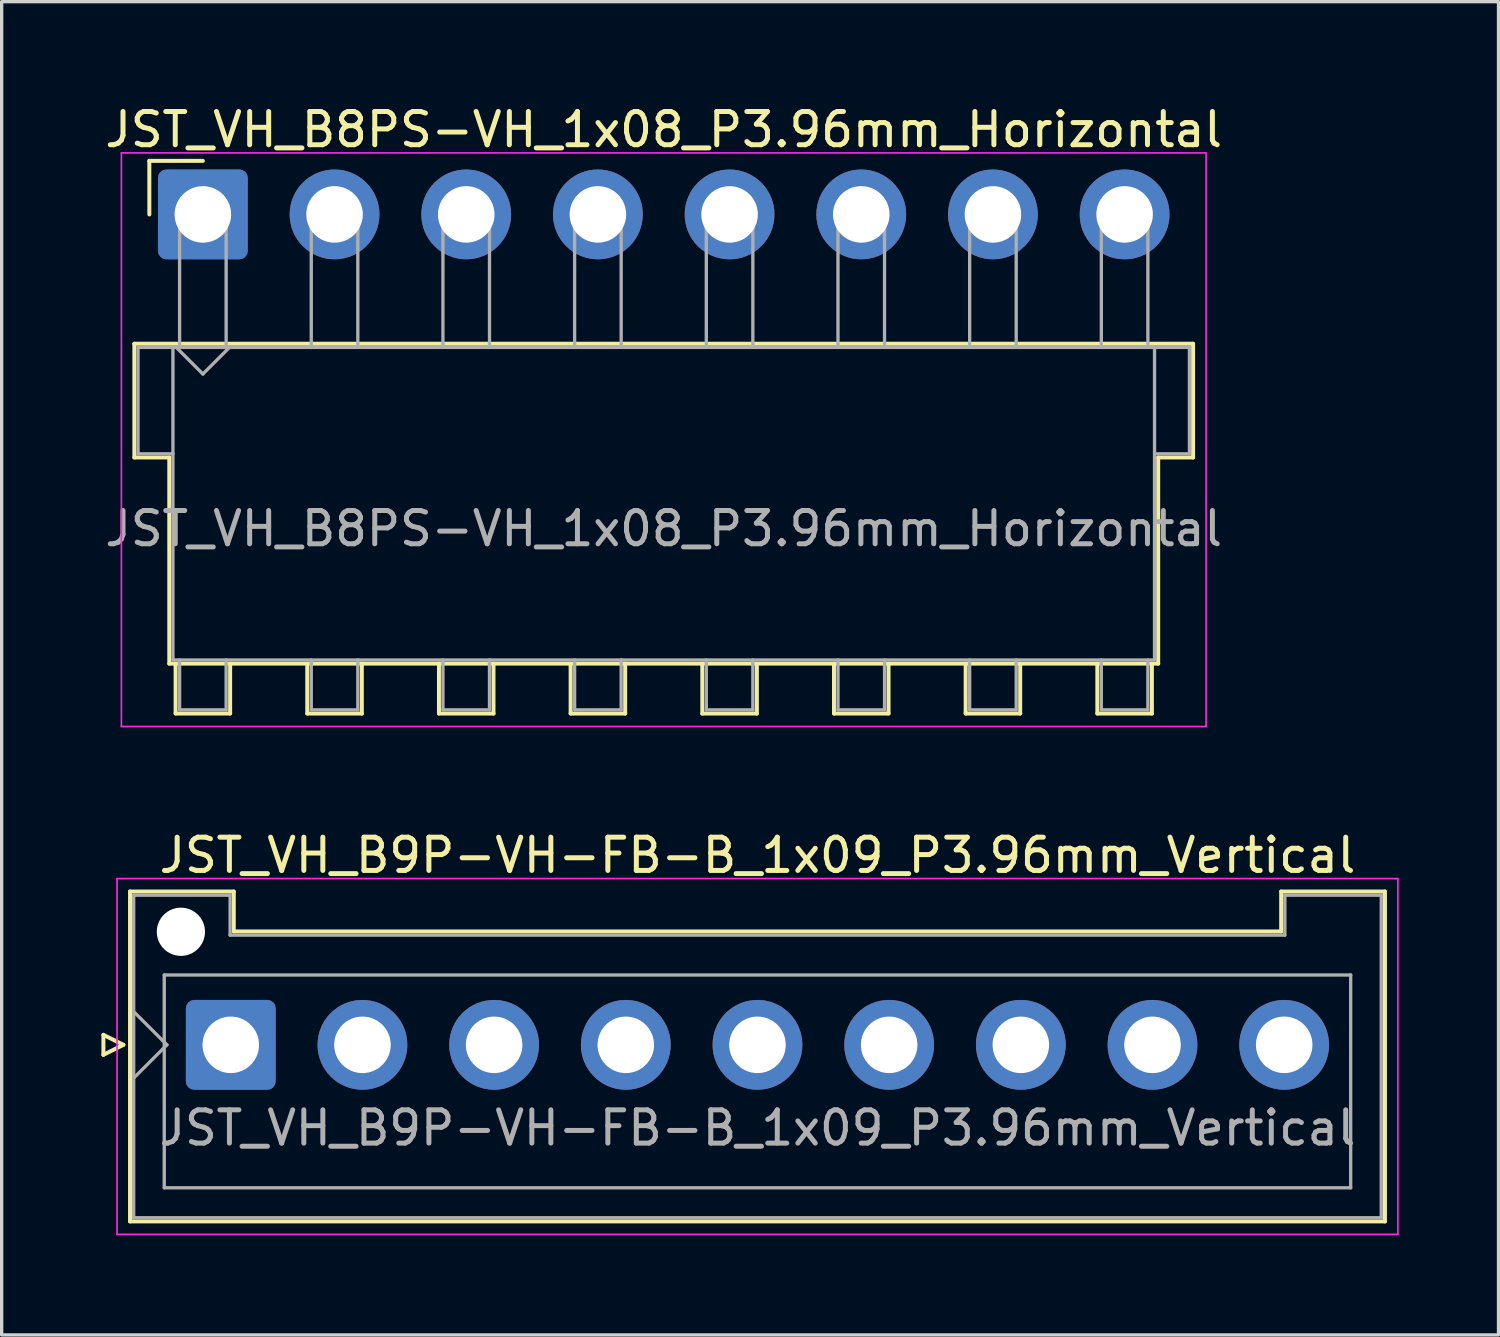
<source format=kicad_pcb>
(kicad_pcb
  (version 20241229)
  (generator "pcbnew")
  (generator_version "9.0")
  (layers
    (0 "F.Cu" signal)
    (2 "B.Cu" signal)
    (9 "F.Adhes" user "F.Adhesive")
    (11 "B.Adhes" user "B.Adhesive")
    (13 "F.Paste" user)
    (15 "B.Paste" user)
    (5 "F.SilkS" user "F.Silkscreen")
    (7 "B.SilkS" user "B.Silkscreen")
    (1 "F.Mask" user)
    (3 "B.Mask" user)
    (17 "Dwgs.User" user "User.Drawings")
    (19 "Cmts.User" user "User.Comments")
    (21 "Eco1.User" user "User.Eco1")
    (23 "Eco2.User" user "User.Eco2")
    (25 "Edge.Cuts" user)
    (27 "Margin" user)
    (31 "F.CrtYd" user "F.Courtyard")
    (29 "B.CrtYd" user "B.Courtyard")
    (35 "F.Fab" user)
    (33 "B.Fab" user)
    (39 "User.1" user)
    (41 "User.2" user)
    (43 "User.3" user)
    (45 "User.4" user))
  (footprint "JST_VH_B8PS-VH_1x08_P3.96mm_Horizontal"
    (layer "F.Cu")
    (at 3.051 3.398)
    (property "Reference" "JST_VH_B8PS-VH_1x08_P3.96mm_Horizontal" (at 13.86 -2.55 0) (layer "F.SilkS") (effects (font (size 1 1) (thickness 0.15))))
    (attr through_hole)
    (fp_line (start -2.06 3.89) (end 29.78 3.89) (stroke (width 0.12) (type solid)) (layer "F.SilkS"))
    (fp_line (start -2.06 7.31) (end -2.06 3.89) (stroke (width 0.12) (type solid)) (layer "F.SilkS"))
    (fp_line (start -1.61 -1.61) (end -1.61 0) (stroke (width 0.12) (type solid)) (layer "F.SilkS"))
    (fp_line (start -1.01 7.31) (end -2.06 7.31) (stroke (width 0.12) (type solid)) (layer "F.SilkS"))
    (fp_line (start -1.01 13.51) (end -1.01 7.31) (stroke (width 0.12) (type solid)) (layer "F.SilkS"))
    (fp_line (start -0.82 13.51) (end -0.82 15.01) (stroke (width 0.12) (type solid)) (layer "F.SilkS"))
    (fp_line (start -0.82 15.01) (end 0.82 15.01) (stroke (width 0.12) (type solid)) (layer "F.SilkS"))
    (fp_line (start 0 -1.61) (end -1.61 -1.61) (stroke (width 0.12) (type solid)) (layer "F.SilkS"))
    (fp_line (start 0.82 15.01) (end 0.82 13.51) (stroke (width 0.12) (type solid)) (layer "F.SilkS"))
    (fp_line (start 3.14 13.51) (end 3.14 15.01) (stroke (width 0.12) (type solid)) (layer "F.SilkS"))
    (fp_line (start 3.14 15.01) (end 4.78 15.01) (stroke (width 0.12) (type solid)) (layer "F.SilkS"))
    (fp_line (start 4.78 15.01) (end 4.78 13.51) (stroke (width 0.12) (type solid)) (layer "F.SilkS"))
    (fp_line (start 7.1 13.51) (end 7.1 15.01) (stroke (width 0.12) (type solid)) (layer "F.SilkS"))
    (fp_line (start 7.1 15.01) (end 8.74 15.01) (stroke (width 0.12) (type solid)) (layer "F.SilkS"))
    (fp_line (start 8.74 15.01) (end 8.74 13.51) (stroke (width 0.12) (type solid)) (layer "F.SilkS"))
    (fp_line (start 11.06 13.51) (end 11.06 15.01) (stroke (width 0.12) (type solid)) (layer "F.SilkS"))
    (fp_line (start 11.06 15.01) (end 12.7 15.01) (stroke (width 0.12) (type solid)) (layer "F.SilkS"))
    (fp_line (start 12.7 15.01) (end 12.7 13.51) (stroke (width 0.12) (type solid)) (layer "F.SilkS"))
    (fp_line (start 15.02 13.51) (end 15.02 15.01) (stroke (width 0.12) (type solid)) (layer "F.SilkS"))
    (fp_line (start 15.02 15.01) (end 16.66 15.01) (stroke (width 0.12) (type solid)) (layer "F.SilkS"))
    (fp_line (start 16.66 15.01) (end 16.66 13.51) (stroke (width 0.12) (type solid)) (layer "F.SilkS"))
    (fp_line (start 18.98 13.51) (end 18.98 15.01) (stroke (width 0.12) (type solid)) (layer "F.SilkS"))
    (fp_line (start 18.98 15.01) (end 20.62 15.01) (stroke (width 0.12) (type solid)) (layer "F.SilkS"))
    (fp_line (start 20.62 15.01) (end 20.62 13.51) (stroke (width 0.12) (type solid)) (layer "F.SilkS"))
    (fp_line (start 22.94 13.51) (end 22.94 15.01) (stroke (width 0.12) (type solid)) (layer "F.SilkS"))
    (fp_line (start 22.94 15.01) (end 24.58 15.01) (stroke (width 0.12) (type solid)) (layer "F.SilkS"))
    (fp_line (start 24.58 15.01) (end 24.58 13.51) (stroke (width 0.12) (type solid)) (layer "F.SilkS"))
    (fp_line (start 26.9 13.51) (end 26.9 15.01) (stroke (width 0.12) (type solid)) (layer "F.SilkS"))
    (fp_line (start 26.9 15.01) (end 28.54 15.01) (stroke (width 0.12) (type solid)) (layer "F.SilkS"))
    (fp_line (start 28.54 15.01) (end 28.54 13.51) (stroke (width 0.12) (type solid)) (layer "F.SilkS"))
    (fp_line (start 28.73 7.31) (end 28.73 13.51) (stroke (width 0.12) (type solid)) (layer "F.SilkS"))
    (fp_line (start 28.73 13.51) (end -1.01 13.51) (stroke (width 0.12) (type solid)) (layer "F.SilkS"))
    (fp_line (start 29.78 3.89) (end 29.78 7.31) (stroke (width 0.12) (type solid)) (layer "F.SilkS"))
    (fp_line (start 29.78 7.31) (end 28.73 7.31) (stroke (width 0.12) (type solid)) (layer "F.SilkS"))
    (fp_line (start -2.45 -1.85) (end -2.45 15.4) (stroke (width 0.05) (type solid)) (layer "F.CrtYd"))
    (fp_line (start -2.45 15.4) (end 30.17 15.4) (stroke (width 0.05) (type solid)) (layer "F.CrtYd"))
    (fp_line (start 30.17 -1.85) (end -2.45 -1.85) (stroke (width 0.05) (type solid)) (layer "F.CrtYd"))
    (fp_line (start 30.17 15.4) (end 30.17 -1.85) (stroke (width 0.05) (type solid)) (layer "F.CrtYd"))
    (fp_line (start -1.95 4) (end -0.9 4) (stroke (width 0.1) (type solid)) (layer "F.Fab"))
    (fp_line (start -1.95 7.2) (end -1.95 4) (stroke (width 0.1) (type solid)) (layer "F.Fab"))
    (fp_line (start -0.9 4) (end -0.9 13.4) (stroke (width 0.1) (type solid)) (layer "F.Fab"))
    (fp_line (start -0.9 7.2) (end -1.95 7.2) (stroke (width 0.1) (type solid)) (layer "F.Fab"))
    (fp_line (start -0.9 13.4) (end 28.62 13.4) (stroke (width 0.1) (type solid)) (layer "F.Fab"))
    (fp_line (start -0.8 4) (end 0 4.8) (stroke (width 0.1) (type solid)) (layer "F.Fab"))
    (fp_line (start -0.7 0) (end 0.7 0) (stroke (width 0.1) (type solid)) (layer "F.Fab"))
    (fp_line (start -0.7 4) (end -0.7 0) (stroke (width 0.1) (type solid)) (layer "F.Fab"))
    (fp_line (start -0.7 13.4) (end -0.7 14.9) (stroke (width 0.1) (type solid)) (layer "F.Fab"))
    (fp_line (start -0.7 14.9) (end 0.7 14.9) (stroke (width 0.1) (type solid)) (layer "F.Fab"))
    (fp_line (start 0 4.8) (end 0.8 4) (stroke (width 0.1) (type solid)) (layer "F.Fab"))
    (fp_line (start 0.7 0) (end 0.7 4) (stroke (width 0.1) (type solid)) (layer "F.Fab"))
    (fp_line (start 0.7 14.9) (end 0.7 13.4) (stroke (width 0.1) (type solid)) (layer "F.Fab"))
    (fp_line (start 3.26 0) (end 4.66 0) (stroke (width 0.1) (type solid)) (layer "F.Fab"))
    (fp_line (start 3.26 4) (end 3.26 0) (stroke (width 0.1) (type solid)) (layer "F.Fab"))
    (fp_line (start 3.26 13.4) (end 3.26 14.9) (stroke (width 0.1) (type solid)) (layer "F.Fab"))
    (fp_line (start 3.26 14.9) (end 4.66 14.9) (stroke (width 0.1) (type solid)) (layer "F.Fab"))
    (fp_line (start 4.66 0) (end 4.66 4) (stroke (width 0.1) (type solid)) (layer "F.Fab"))
    (fp_line (start 4.66 14.9) (end 4.66 13.4) (stroke (width 0.1) (type solid)) (layer "F.Fab"))
    (fp_line (start 7.22 0) (end 8.62 0) (stroke (width 0.1) (type solid)) (layer "F.Fab"))
    (fp_line (start 7.22 4) (end 7.22 0) (stroke (width 0.1) (type solid)) (layer "F.Fab"))
    (fp_line (start 7.22 13.4) (end 7.22 14.9) (stroke (width 0.1) (type solid)) (layer "F.Fab"))
    (fp_line (start 7.22 14.9) (end 8.62 14.9) (stroke (width 0.1) (type solid)) (layer "F.Fab"))
    (fp_line (start 8.62 0) (end 8.62 4) (stroke (width 0.1) (type solid)) (layer "F.Fab"))
    (fp_line (start 8.62 14.9) (end 8.62 13.4) (stroke (width 0.1) (type solid)) (layer "F.Fab"))
    (fp_line (start 11.18 0) (end 12.58 0) (stroke (width 0.1) (type solid)) (layer "F.Fab"))
    (fp_line (start 11.18 4) (end 11.18 0) (stroke (width 0.1) (type solid)) (layer "F.Fab"))
    (fp_line (start 11.18 13.4) (end 11.18 14.9) (stroke (width 0.1) (type solid)) (layer "F.Fab"))
    (fp_line (start 11.18 14.9) (end 12.58 14.9) (stroke (width 0.1) (type solid)) (layer "F.Fab"))
    (fp_line (start 12.58 0) (end 12.58 4) (stroke (width 0.1) (type solid)) (layer "F.Fab"))
    (fp_line (start 12.58 14.9) (end 12.58 13.4) (stroke (width 0.1) (type solid)) (layer "F.Fab"))
    (fp_line (start 15.14 0) (end 16.54 0) (stroke (width 0.1) (type solid)) (layer "F.Fab"))
    (fp_line (start 15.14 4) (end 15.14 0) (stroke (width 0.1) (type solid)) (layer "F.Fab"))
    (fp_line (start 15.14 13.4) (end 15.14 14.9) (stroke (width 0.1) (type solid)) (layer "F.Fab"))
    (fp_line (start 15.14 14.9) (end 16.54 14.9) (stroke (width 0.1) (type solid)) (layer "F.Fab"))
    (fp_line (start 16.54 0) (end 16.54 4) (stroke (width 0.1) (type solid)) (layer "F.Fab"))
    (fp_line (start 16.54 14.9) (end 16.54 13.4) (stroke (width 0.1) (type solid)) (layer "F.Fab"))
    (fp_line (start 19.1 0) (end 20.5 0) (stroke (width 0.1) (type solid)) (layer "F.Fab"))
    (fp_line (start 19.1 4) (end 19.1 0) (stroke (width 0.1) (type solid)) (layer "F.Fab"))
    (fp_line (start 19.1 13.4) (end 19.1 14.9) (stroke (width 0.1) (type solid)) (layer "F.Fab"))
    (fp_line (start 19.1 14.9) (end 20.5 14.9) (stroke (width 0.1) (type solid)) (layer "F.Fab"))
    (fp_line (start 20.5 0) (end 20.5 4) (stroke (width 0.1) (type solid)) (layer "F.Fab"))
    (fp_line (start 20.5 14.9) (end 20.5 13.4) (stroke (width 0.1) (type solid)) (layer "F.Fab"))
    (fp_line (start 23.06 0) (end 24.46 0) (stroke (width 0.1) (type solid)) (layer "F.Fab"))
    (fp_line (start 23.06 4) (end 23.06 0) (stroke (width 0.1) (type solid)) (layer "F.Fab"))
    (fp_line (start 23.06 13.4) (end 23.06 14.9) (stroke (width 0.1) (type solid)) (layer "F.Fab"))
    (fp_line (start 23.06 14.9) (end 24.46 14.9) (stroke (width 0.1) (type solid)) (layer "F.Fab"))
    (fp_line (start 24.46 0) (end 24.46 4) (stroke (width 0.1) (type solid)) (layer "F.Fab"))
    (fp_line (start 24.46 14.9) (end 24.46 13.4) (stroke (width 0.1) (type solid)) (layer "F.Fab"))
    (fp_line (start 27.02 0) (end 28.42 0) (stroke (width 0.1) (type solid)) (layer "F.Fab"))
    (fp_line (start 27.02 4) (end 27.02 0) (stroke (width 0.1) (type solid)) (layer "F.Fab"))
    (fp_line (start 27.02 13.4) (end 27.02 14.9) (stroke (width 0.1) (type solid)) (layer "F.Fab"))
    (fp_line (start 27.02 14.9) (end 28.42 14.9) (stroke (width 0.1) (type solid)) (layer "F.Fab"))
    (fp_line (start 28.42 0) (end 28.42 4) (stroke (width 0.1) (type solid)) (layer "F.Fab"))
    (fp_line (start 28.42 14.9) (end 28.42 13.4) (stroke (width 0.1) (type solid)) (layer "F.Fab"))
    (fp_line (start 28.62 4) (end -0.9 4) (stroke (width 0.1) (type solid)) (layer "F.Fab"))
    (fp_line (start 28.62 4) (end 29.67 4) (stroke (width 0.1) (type solid)) (layer "F.Fab"))
    (fp_line (start 28.62 13.4) (end 28.62 4) (stroke (width 0.1) (type solid)) (layer "F.Fab"))
    (fp_line (start 29.67 4) (end 29.67 7.2) (stroke (width 0.1) (type solid)) (layer "F.Fab"))
    (fp_line (start 29.67 7.2) (end 28.62 7.2) (stroke (width 0.1) (type solid)) (layer "F.Fab"))
    (fp_text user "${REFERENCE}" (at 13.86 9.45 0) (layer "F.Fab") (effects (font (size 1 1) (thickness 0.15))))
    (pad "1" thru_hole roundrect (at 0 0) (size 2.7 2.7) (drill 1.7) (layers "*.Cu" "*.Mask") (roundrect_rratio 0.093))
    (pad "2" thru_hole circle (at 3.96 0) (size 2.7 2.7) (drill 1.7) (layers "*.Cu" "*.Mask"))
    (pad "3" thru_hole circle (at 7.92 0) (size 2.7 2.7) (drill 1.7) (layers "*.Cu" "*.Mask"))
    (pad "4" thru_hole circle (at 11.88 0) (size 2.7 2.7) (drill 1.7) (layers "*.Cu" "*.Mask"))
    (pad "5" thru_hole circle (at 15.84 0) (size 2.7 2.7) (drill 1.7) (layers "*.Cu" "*.Mask"))
    (pad "6" thru_hole circle (at 19.8 0) (size 2.7 2.7) (drill 1.7) (layers "*.Cu" "*.Mask"))
    (pad "7" thru_hole circle (at 23.76 0) (size 2.7 2.7) (drill 1.7) (layers "*.Cu" "*.Mask"))
    (pad "8" thru_hole circle (at 27.72 0) (size 2.7 2.7) (drill 1.7) (layers "*.Cu" "*.Mask")))
  (footprint "JST_VH_B9P-VH-FB-B_1x09_P3.96mm_Vertical"
    (layer "F.Cu")
    (at 3.89 28.372)
    (property "Reference" "JST_VH_B9P-VH-FB-B_1x09_P3.96mm_Vertical" (at 15.84 -5.7 0) (layer "F.SilkS") (effects (font (size 1 1) (thickness 0.15))))
    (attr through_hole)
    (fp_line (start -3.83 -0.3) (end -3.23 0) (stroke (width 0.12) (type solid)) (layer "F.SilkS"))
    (fp_line (start -3.83 0.3) (end -3.83 -0.3) (stroke (width 0.12) (type solid)) (layer "F.SilkS"))
    (fp_line (start -3.23 0) (end -3.83 0.3) (stroke (width 0.12) (type solid)) (layer "F.SilkS"))
    (fp_line (start -3.03 -4.61) (end 0.09 -4.61) (stroke (width 0.12) (type solid)) (layer "F.SilkS"))
    (fp_line (start -3.03 5.31) (end -3.03 -4.61) (stroke (width 0.12) (type solid)) (layer "F.SilkS"))
    (fp_line (start 0.09 -4.61) (end 0.09 -3.41) (stroke (width 0.12) (type solid)) (layer "F.SilkS"))
    (fp_line (start 0.09 -3.41) (end 31.59 -3.41) (stroke (width 0.12) (type solid)) (layer "F.SilkS"))
    (fp_line (start 31.59 -4.61) (end 34.71 -4.61) (stroke (width 0.12) (type solid)) (layer "F.SilkS"))
    (fp_line (start 31.59 -3.41) (end 31.59 -4.61) (stroke (width 0.12) (type solid)) (layer "F.SilkS"))
    (fp_line (start 34.71 -4.61) (end 34.71 5.31) (stroke (width 0.12) (type solid)) (layer "F.SilkS"))
    (fp_line (start 34.71 5.31) (end -3.03 5.31) (stroke (width 0.12) (type solid)) (layer "F.SilkS"))
    (fp_line (start -3.42 -5) (end -3.42 5.7) (stroke (width 0.05) (type solid)) (layer "F.CrtYd"))
    (fp_line (start -3.42 5.7) (end 35.1 5.7) (stroke (width 0.05) (type solid)) (layer "F.CrtYd"))
    (fp_line (start 35.1 -5) (end -3.42 -5) (stroke (width 0.05) (type solid)) (layer "F.CrtYd"))
    (fp_line (start 35.1 5.7) (end 35.1 -5) (stroke (width 0.05) (type solid)) (layer "F.CrtYd"))
    (fp_line (start -2.92 -4.5) (end -0.02 -4.5) (stroke (width 0.1) (type solid)) (layer "F.Fab"))
    (fp_line (start -2.92 -1) (end -1.92 0) (stroke (width 0.1) (type solid)) (layer "F.Fab"))
    (fp_line (start -2.92 1) (end -1.92 0) (stroke (width 0.1) (type solid)) (layer "F.Fab"))
    (fp_line (start -2.92 5.2) (end -2.92 -4.5) (stroke (width 0.1) (type solid)) (layer "F.Fab"))
    (fp_line (start -2 -2.1) (end 33.68 -2.1) (stroke (width 0.1) (type solid)) (layer "F.Fab"))
    (fp_line (start -2 4.3) (end -2 -2.1) (stroke (width 0.1) (type solid)) (layer "F.Fab"))
    (fp_line (start -0.02 -4.5) (end -0.02 -3.3) (stroke (width 0.1) (type solid)) (layer "F.Fab"))
    (fp_line (start -0.02 -3.3) (end 31.7 -3.3) (stroke (width 0.1) (type solid)) (layer "F.Fab"))
    (fp_line (start 31.7 -4.5) (end 34.6 -4.5) (stroke (width 0.1) (type solid)) (layer "F.Fab"))
    (fp_line (start 31.7 -3.3) (end 31.7 -4.5) (stroke (width 0.1) (type solid)) (layer "F.Fab"))
    (fp_line (start 33.68 -2.1) (end 33.68 4.3) (stroke (width 0.1) (type solid)) (layer "F.Fab"))
    (fp_line (start 33.68 4.3) (end -2 4.3) (stroke (width 0.1) (type solid)) (layer "F.Fab"))
    (fp_line (start 34.6 -4.5) (end 34.6 5.2) (stroke (width 0.1) (type solid)) (layer "F.Fab"))
    (fp_line (start 34.6 5.2) (end -2.92 5.2) (stroke (width 0.1) (type solid)) (layer "F.Fab"))
    (fp_text user "${REFERENCE}" (at 15.84 2.5 0) (layer "F.Fab") (effects (font (size 1 1) (thickness 0.15))))
    (pad "" np_thru_hole circle (at -1.5 -3.4) (size 1.45 1.45) (drill 1.45) (layers "*.Cu" "*.Mask"))
    (pad "1" thru_hole roundrect (at 0 0) (size 2.7 2.7) (drill 1.7) (layers "*.Cu" "*.Mask") (roundrect_rratio 0.093))
    (pad "2" thru_hole circle (at 3.96 0) (size 2.7 2.7) (drill 1.7) (layers "*.Cu" "*.Mask"))
    (pad "3" thru_hole circle (at 7.92 0) (size 2.7 2.7) (drill 1.7) (layers "*.Cu" "*.Mask"))
    (pad "4" thru_hole circle (at 11.88 0) (size 2.7 2.7) (drill 1.7) (layers "*.Cu" "*.Mask"))
    (pad "5" thru_hole circle (at 15.84 0) (size 2.7 2.7) (drill 1.7) (layers "*.Cu" "*.Mask"))
    (pad "6" thru_hole circle (at 19.8 0) (size 2.7 2.7) (drill 1.7) (layers "*.Cu" "*.Mask"))
    (pad "7" thru_hole circle (at 23.76 0) (size 2.7 2.7) (drill 1.7) (layers "*.Cu" "*.Mask"))
    (pad "8" thru_hole circle (at 27.72 0) (size 2.7 2.7) (drill 1.7) (layers "*.Cu" "*.Mask"))
    (pad "9" thru_hole circle (at 31.68 0) (size 2.7 2.7) (drill 1.7) (layers "*.Cu" "*.Mask")))
  (gr_rect
    (start -3 -3)
    (end 42.015 37.096)
    (stroke (width 0.1) (type default))
    (fill no)
    (layer "Edge.Cuts")))
</source>
